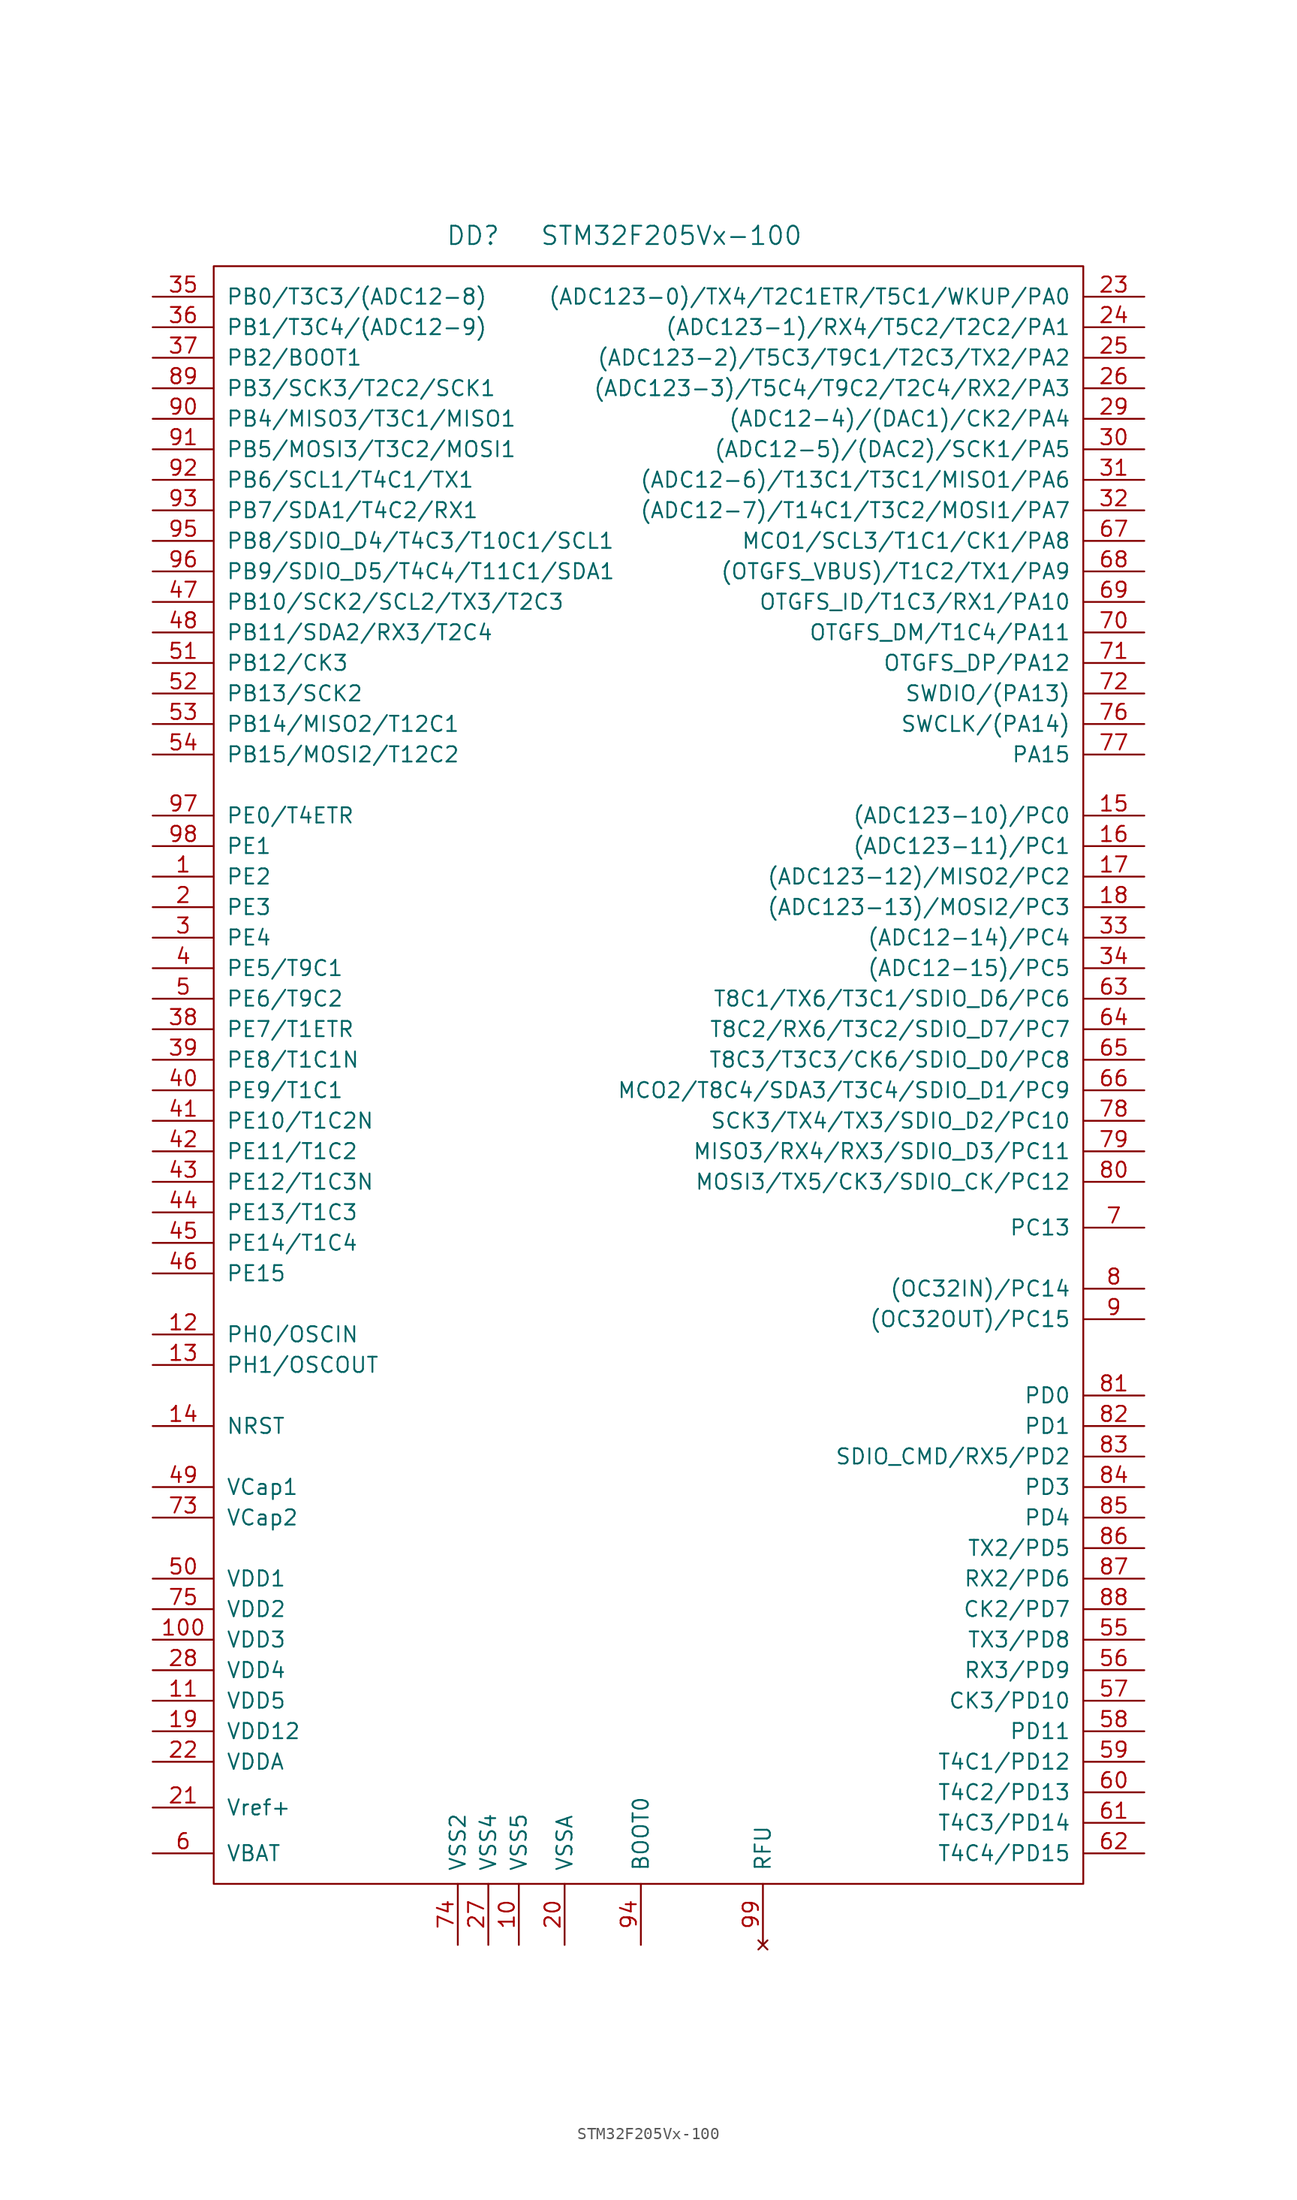
<source format=kicad_sym>
(kicad_symbol_lib
  (version 20201005)
  (generator kicad_symbol_editor)
  (symbol "st_kl:STM32F205Vx-100"
    (pin_names
      (offset 1.016))
    (property "Reference" "DD"
      (at -15.24 66.04 0)
      (effects (font (size 1.524 1.524))))
    (property "Value" "STM32F205Vx-100"
      (at 1.27 66.04 0)
      (effects (font (size 1.524 1.524))))
    (property "Footprint" ""
      (at 0 0 0)
      (effects (font (size 1.524 1.524))))
    (property "Datasheet" ""
      (at 0 0 0)
      (effects (font (size 1.524 1.524))))
    (symbol "STM32F205Vx-100_0_1"
      (rectangle (start -36.83 63.5) (end 35.56 -71.12) (stroke (width 0)) (fill (type none))))
    (symbol "STM32F205Vx-100_1_1"
      (pin passive line (at -41.91 12.7 0) (length 5.08) (name "PE2" (effects (font (size 1.27 1.27)))) (number "1" (effects (font (size 1.27 1.27)))))
      (pin power_in line (at -11.43 -76.2 90) (length 5.08) (name "VSS5" (effects (font (size 1.27 1.27)))) (number "10" (effects (font (size 1.27 1.27)))))
      (pin power_in line (at -41.91 -50.8 0) (length 5.08) (name "VDD3" (effects (font (size 1.27 1.27)))) (number "100" (effects (font (size 1.27 1.27)))))
      (pin power_in line (at -41.91 -55.88 0) (length 5.08) (name "VDD5" (effects (font (size 1.27 1.27)))) (number "11" (effects (font (size 1.27 1.27)))))
      (pin passive line (at -41.91 -25.4 0) (length 5.08) (name "PH0/OSCIN" (effects (font (size 1.27 1.27)))) (number "12" (effects (font (size 1.27 1.27)))))
      (pin passive line (at -41.91 -27.94 0) (length 5.08) (name "PH1/OSCOUT" (effects (font (size 1.27 1.27)))) (number "13" (effects (font (size 1.27 1.27)))))
      (pin passive line (at -41.91 -33.02 0) (length 5.08) (name "NRST" (effects (font (size 1.27 1.27)))) (number "14" (effects (font (size 1.27 1.27)))))
      (pin passive line (at 40.64 17.78 180) (length 5.08) (name "(ADC123-10)/PC0" (effects (font (size 1.27 1.27)))) (number "15" (effects (font (size 1.27 1.27)))))
      (pin passive line (at 40.64 15.24 180) (length 5.08) (name "(ADC123-11)/PC1" (effects (font (size 1.27 1.27)))) (number "16" (effects (font (size 1.27 1.27)))))
      (pin passive line (at 40.64 12.7 180) (length 5.08) (name "(ADC123-12)/MISO2/PC2" (effects (font (size 1.27 1.27)))) (number "17" (effects (font (size 1.27 1.27)))))
      (pin passive line (at 40.64 10.16 180) (length 5.08) (name "(ADC123-13)/MOSI2/PC3" (effects (font (size 1.27 1.27)))) (number "18" (effects (font (size 1.27 1.27)))))
      (pin power_in line (at -41.91 -58.42 0) (length 5.08) (name "VDD12" (effects (font (size 1.27 1.27)))) (number "19" (effects (font (size 1.27 1.27)))))
      (pin passive line (at -41.91 10.16 0) (length 5.08) (name "PE3" (effects (font (size 1.27 1.27)))) (number "2" (effects (font (size 1.27 1.27)))))
      (pin power_in line (at -7.62 -76.2 90) (length 5.08) (name "VSSA" (effects (font (size 1.27 1.27)))) (number "20" (effects (font (size 1.27 1.27)))))
      (pin passive line (at -41.91 -64.77 0) (length 5.08) (name "Vref+" (effects (font (size 1.27 1.27)))) (number "21" (effects (font (size 1.27 1.27)))))
      (pin power_in line (at -41.91 -60.96 0) (length 5.08) (name "VDDA" (effects (font (size 1.27 1.27)))) (number "22" (effects (font (size 1.27 1.27)))))
      (pin passive line (at 40.64 60.96 180) (length 5.08) (name "(ADC123-0)/TX4/T2C1ETR/T5C1/WKUP/PA0" (effects (font (size 1.27 1.27)))) (number "23" (effects (font (size 1.27 1.27)))))
      (pin passive line (at 40.64 58.42 180) (length 5.08) (name "(ADC123-1)/RX4/T5C2/T2C2/PA1" (effects (font (size 1.27 1.27)))) (number "24" (effects (font (size 1.27 1.27)))))
      (pin passive line (at 40.64 55.88 180) (length 5.08) (name "(ADC123-2)/T5C3/T9C1/T2C3/TX2/PA2" (effects (font (size 1.27 1.27)))) (number "25" (effects (font (size 1.27 1.27)))))
      (pin passive line (at 40.64 53.34 180) (length 5.08) (name "(ADC123-3)/T5C4/T9C2/T2C4/RX2/PA3" (effects (font (size 1.27 1.27)))) (number "26" (effects (font (size 1.27 1.27)))))
      (pin power_in line (at -13.97 -76.2 90) (length 5.08) (name "VSS4" (effects (font (size 1.27 1.27)))) (number "27" (effects (font (size 1.27 1.27)))))
      (pin power_in line (at -41.91 -53.34 0) (length 5.08) (name "VDD4" (effects (font (size 1.27 1.27)))) (number "28" (effects (font (size 1.27 1.27)))))
      (pin passive line (at 40.64 50.8 180) (length 5.08) (name "(ADC12-4)/(DAC1)/CK2/PA4" (effects (font (size 1.27 1.27)))) (number "29" (effects (font (size 1.27 1.27)))))
      (pin passive line (at -41.91 7.62 0) (length 5.08) (name "PE4" (effects (font (size 1.27 1.27)))) (number "3" (effects (font (size 1.27 1.27)))))
      (pin passive line (at 40.64 48.26 180) (length 5.08) (name "(ADC12-5)/(DAC2)/SCK1/PA5" (effects (font (size 1.27 1.27)))) (number "30" (effects (font (size 1.27 1.27)))))
      (pin passive line (at 40.64 45.72 180) (length 5.08) (name "(ADC12-6)/T13C1/T3C1/MISO1/PA6" (effects (font (size 1.27 1.27)))) (number "31" (effects (font (size 1.27 1.27)))))
      (pin passive line (at 40.64 43.18 180) (length 5.08) (name "(ADC12-7)/T14C1/T3C2/MOSI1/PA7" (effects (font (size 1.27 1.27)))) (number "32" (effects (font (size 1.27 1.27)))))
      (pin passive line (at 40.64 7.62 180) (length 5.08) (name "(ADC12-14)/PC4" (effects (font (size 1.27 1.27)))) (number "33" (effects (font (size 1.27 1.27)))))
      (pin passive line (at 40.64 5.08 180) (length 5.08) (name "(ADC12-15)/PC5" (effects (font (size 1.27 1.27)))) (number "34" (effects (font (size 1.27 1.27)))))
      (pin passive line (at -41.91 60.96 0) (length 5.08) (name "PB0/T3C3/(ADC12-8)" (effects (font (size 1.27 1.27)))) (number "35" (effects (font (size 1.27 1.27)))))
      (pin passive line (at -41.91 58.42 0) (length 5.08) (name "PB1/T3C4/(ADC12-9)" (effects (font (size 1.27 1.27)))) (number "36" (effects (font (size 1.27 1.27)))))
      (pin passive line (at -41.91 55.88 0) (length 5.08) (name "PB2/BOOT1" (effects (font (size 1.27 1.27)))) (number "37" (effects (font (size 1.27 1.27)))))
      (pin passive line (at -41.91 0 0) (length 5.08) (name "PE7/T1ETR" (effects (font (size 1.27 1.27)))) (number "38" (effects (font (size 1.27 1.27)))))
      (pin passive line (at -41.91 -2.54 0) (length 5.08) (name "PE8/T1C1N" (effects (font (size 1.27 1.27)))) (number "39" (effects (font (size 1.27 1.27)))))
      (pin passive line (at -41.91 5.08 0) (length 5.08) (name "PE5/T9C1" (effects (font (size 1.27 1.27)))) (number "4" (effects (font (size 1.27 1.27)))))
      (pin passive line (at -41.91 -5.08 0) (length 5.08) (name "PE9/T1C1" (effects (font (size 1.27 1.27)))) (number "40" (effects (font (size 1.27 1.27)))))
      (pin passive line (at -41.91 -7.62 0) (length 5.08) (name "PE10/T1C2N" (effects (font (size 1.27 1.27)))) (number "41" (effects (font (size 1.27 1.27)))))
      (pin passive line (at -41.91 -10.16 0) (length 5.08) (name "PE11/T1C2" (effects (font (size 1.27 1.27)))) (number "42" (effects (font (size 1.27 1.27)))))
      (pin passive line (at -41.91 -12.7 0) (length 5.08) (name "PE12/T1C3N" (effects (font (size 1.27 1.27)))) (number "43" (effects (font (size 1.27 1.27)))))
      (pin passive line (at -41.91 -15.24 0) (length 5.08) (name "PE13/T1C3" (effects (font (size 1.27 1.27)))) (number "44" (effects (font (size 1.27 1.27)))))
      (pin passive line (at -41.91 -17.78 0) (length 5.08) (name "PE14/T1C4" (effects (font (size 1.27 1.27)))) (number "45" (effects (font (size 1.27 1.27)))))
      (pin passive line (at -41.91 -20.32 0) (length 5.08) (name "PE15" (effects (font (size 1.27 1.27)))) (number "46" (effects (font (size 1.27 1.27)))))
      (pin passive line (at -41.91 35.56 0) (length 5.08) (name "PB10/SCK2/SCL2/TX3/T2C3" (effects (font (size 1.27 1.27)))) (number "47" (effects (font (size 1.27 1.27)))))
      (pin passive line (at -41.91 33.02 0) (length 5.08) (name "PB11/SDA2/RX3/T2C4" (effects (font (size 1.27 1.27)))) (number "48" (effects (font (size 1.27 1.27)))))
      (pin passive line (at -41.91 -38.1 0) (length 5.08) (name "VCap1" (effects (font (size 1.27 1.27)))) (number "49" (effects (font (size 1.27 1.27)))))
      (pin passive line (at -41.91 2.54 0) (length 5.08) (name "PE6/T9C2" (effects (font (size 1.27 1.27)))) (number "5" (effects (font (size 1.27 1.27)))))
      (pin power_in line (at -41.91 -45.72 0) (length 5.08) (name "VDD1" (effects (font (size 1.27 1.27)))) (number "50" (effects (font (size 1.27 1.27)))))
      (pin passive line (at -41.91 30.48 0) (length 5.08) (name "PB12/CK3" (effects (font (size 1.27 1.27)))) (number "51" (effects (font (size 1.27 1.27)))))
      (pin passive line (at -41.91 27.94 0) (length 5.08) (name "PB13/SCK2" (effects (font (size 1.27 1.27)))) (number "52" (effects (font (size 1.27 1.27)))))
      (pin passive line (at -41.91 25.4 0) (length 5.08) (name "PB14/MISO2/T12C1" (effects (font (size 1.27 1.27)))) (number "53" (effects (font (size 1.27 1.27)))))
      (pin passive line (at -41.91 22.86 0) (length 5.08) (name "PB15/MOSI2/T12C2" (effects (font (size 1.27 1.27)))) (number "54" (effects (font (size 1.27 1.27)))))
      (pin passive line (at 40.64 -50.8 180) (length 5.08) (name "TX3/PD8" (effects (font (size 1.27 1.27)))) (number "55" (effects (font (size 1.27 1.27)))))
      (pin passive line (at 40.64 -53.34 180) (length 5.08) (name "RX3/PD9" (effects (font (size 1.27 1.27)))) (number "56" (effects (font (size 1.27 1.27)))))
      (pin passive line (at 40.64 -55.88 180) (length 5.08) (name "CK3/PD10" (effects (font (size 1.27 1.27)))) (number "57" (effects (font (size 1.27 1.27)))))
      (pin passive line (at 40.64 -58.42 180) (length 5.08) (name "PD11" (effects (font (size 1.27 1.27)))) (number "58" (effects (font (size 1.27 1.27)))))
      (pin passive line (at 40.64 -60.96 180) (length 5.08) (name "T4C1/PD12" (effects (font (size 1.27 1.27)))) (number "59" (effects (font (size 1.27 1.27)))))
      (pin power_in line (at -41.91 -68.58 0) (length 5.08) (name "VBAT" (effects (font (size 1.27 1.27)))) (number "6" (effects (font (size 1.27 1.27)))))
      (pin passive line (at 40.64 -63.5 180) (length 5.08) (name "T4C2/PD13" (effects (font (size 1.27 1.27)))) (number "60" (effects (font (size 1.27 1.27)))))
      (pin passive line (at 40.64 -66.04 180) (length 5.08) (name "T4C3/PD14" (effects (font (size 1.27 1.27)))) (number "61" (effects (font (size 1.27 1.27)))))
      (pin passive line (at 40.64 -68.58 180) (length 5.08) (name "T4C4/PD15" (effects (font (size 1.27 1.27)))) (number "62" (effects (font (size 1.27 1.27)))))
      (pin passive line (at 40.64 2.54 180) (length 5.08) (name "T8C1/TX6/T3C1/SDIO_D6/PC6" (effects (font (size 1.27 1.27)))) (number "63" (effects (font (size 1.27 1.27)))))
      (pin passive line (at 40.64 0 180) (length 5.08) (name "T8C2/RX6/T3C2/SDIO_D7/PC7" (effects (font (size 1.27 1.27)))) (number "64" (effects (font (size 1.27 1.27)))))
      (pin passive line (at 40.64 -2.54 180) (length 5.08) (name "T8C3/T3C3/CK6/SDIO_D0/PC8" (effects (font (size 1.27 1.27)))) (number "65" (effects (font (size 1.27 1.27)))))
      (pin passive line (at 40.64 -5.08 180) (length 5.08) (name "MCO2/T8C4/SDA3/T3C4/SDIO_D1/PC9" (effects (font (size 1.27 1.27)))) (number "66" (effects (font (size 1.27 1.27)))))
      (pin passive line (at 40.64 40.64 180) (length 5.08) (name "MCO1/SCL3/T1C1/CK1/PA8" (effects (font (size 1.27 1.27)))) (number "67" (effects (font (size 1.27 1.27)))))
      (pin passive line (at 40.64 38.1 180) (length 5.08) (name "(OTGFS_VBUS)/T1C2/TX1/PA9" (effects (font (size 1.27 1.27)))) (number "68" (effects (font (size 1.27 1.27)))))
      (pin passive line (at 40.64 35.56 180) (length 5.08) (name "OTGFS_ID/T1C3/RX1/PA10" (effects (font (size 1.27 1.27)))) (number "69" (effects (font (size 1.27 1.27)))))
      (pin passive line (at 40.64 -16.51 180) (length 5.08) (name "PC13" (effects (font (size 1.27 1.27)))) (number "7" (effects (font (size 1.27 1.27)))))
      (pin passive line (at 40.64 33.02 180) (length 5.08) (name "OTGFS_DM/T1C4/PA11" (effects (font (size 1.27 1.27)))) (number "70" (effects (font (size 1.27 1.27)))))
      (pin passive line (at 40.64 30.48 180) (length 5.08) (name "OTGFS_DP/PA12" (effects (font (size 1.27 1.27)))) (number "71" (effects (font (size 1.27 1.27)))))
      (pin passive line (at 40.64 27.94 180) (length 5.08) (name "SWDIO/(PA13)" (effects (font (size 1.27 1.27)))) (number "72" (effects (font (size 1.27 1.27)))))
      (pin passive line (at -41.91 -40.64 0) (length 5.08) (name "VCap2" (effects (font (size 1.27 1.27)))) (number "73" (effects (font (size 1.27 1.27)))))
      (pin power_in line (at -16.51 -76.2 90) (length 5.08) (name "VSS2" (effects (font (size 1.27 1.27)))) (number "74" (effects (font (size 1.27 1.27)))))
      (pin power_in line (at -41.91 -48.26 0) (length 5.08) (name "VDD2" (effects (font (size 1.27 1.27)))) (number "75" (effects (font (size 1.27 1.27)))))
      (pin passive line (at 40.64 25.4 180) (length 5.08) (name "SWCLK/(PA14)" (effects (font (size 1.27 1.27)))) (number "76" (effects (font (size 1.27 1.27)))))
      (pin passive line (at 40.64 22.86 180) (length 5.08) (name "PA15" (effects (font (size 1.27 1.27)))) (number "77" (effects (font (size 1.27 1.27)))))
      (pin passive line (at 40.64 -7.62 180) (length 5.08) (name "SCK3/TX4/TX3/SDIO_D2/PC10" (effects (font (size 1.27 1.27)))) (number "78" (effects (font (size 1.27 1.27)))))
      (pin passive line (at 40.64 -10.16 180) (length 5.08) (name "MISO3/RX4/RX3/SDIO_D3/PC11" (effects (font (size 1.27 1.27)))) (number "79" (effects (font (size 1.27 1.27)))))
      (pin passive line (at 40.64 -21.59 180) (length 5.08) (name "(OC32IN)/PC14" (effects (font (size 1.27 1.27)))) (number "8" (effects (font (size 1.27 1.27)))))
      (pin passive line (at 40.64 -12.7 180) (length 5.08) (name "MOSI3/TX5/CK3/SDIO_CK/PC12" (effects (font (size 1.27 1.27)))) (number "80" (effects (font (size 1.27 1.27)))))
      (pin passive line (at 40.64 -30.48 180) (length 5.08) (name "PD0" (effects (font (size 1.27 1.27)))) (number "81" (effects (font (size 1.27 1.27)))))
      (pin passive line (at 40.64 -33.02 180) (length 5.08) (name "PD1" (effects (font (size 1.27 1.27)))) (number "82" (effects (font (size 1.27 1.27)))))
      (pin passive line (at 40.64 -35.56 180) (length 5.08) (name "SDIO_CMD/RX5/PD2" (effects (font (size 1.27 1.27)))) (number "83" (effects (font (size 1.27 1.27)))))
      (pin passive line (at 40.64 -38.1 180) (length 5.08) (name "PD3" (effects (font (size 1.27 1.27)))) (number "84" (effects (font (size 1.27 1.27)))))
      (pin passive line (at 40.64 -40.64 180) (length 5.08) (name "PD4" (effects (font (size 1.27 1.27)))) (number "85" (effects (font (size 1.27 1.27)))))
      (pin passive line (at 40.64 -43.18 180) (length 5.08) (name "TX2/PD5" (effects (font (size 1.27 1.27)))) (number "86" (effects (font (size 1.27 1.27)))))
      (pin passive line (at 40.64 -45.72 180) (length 5.08) (name "RX2/PD6" (effects (font (size 1.27 1.27)))) (number "87" (effects (font (size 1.27 1.27)))))
      (pin passive line (at 40.64 -48.26 180) (length 5.08) (name "CK2/PD7" (effects (font (size 1.27 1.27)))) (number "88" (effects (font (size 1.27 1.27)))))
      (pin passive line (at -41.91 53.34 0) (length 5.08) (name "PB3/SCK3/T2C2/SCK1" (effects (font (size 1.27 1.27)))) (number "89" (effects (font (size 1.27 1.27)))))
      (pin passive line (at 40.64 -24.13 180) (length 5.08) (name "(OC32OUT)/PC15" (effects (font (size 1.27 1.27)))) (number "9" (effects (font (size 1.27 1.27)))))
      (pin passive line (at -41.91 50.8 0) (length 5.08) (name "PB4/MISO3/T3C1/MISO1" (effects (font (size 1.27 1.27)))) (number "90" (effects (font (size 1.27 1.27)))))
      (pin passive line (at -41.91 48.26 0) (length 5.08) (name "PB5/MOSI3/T3C2/MOSI1" (effects (font (size 1.27 1.27)))) (number "91" (effects (font (size 1.27 1.27)))))
      (pin passive line (at -41.91 45.72 0) (length 5.08) (name "PB6/SCL1/T4C1/TX1" (effects (font (size 1.27 1.27)))) (number "92" (effects (font (size 1.27 1.27)))))
      (pin passive line (at -41.91 43.18 0) (length 5.08) (name "PB7/SDA1/T4C2/RX1" (effects (font (size 1.27 1.27)))) (number "93" (effects (font (size 1.27 1.27)))))
      (pin passive line (at -1.27 -76.2 90) (length 5.08) (name "BOOT0" (effects (font (size 1.27 1.27)))) (number "94" (effects (font (size 1.27 1.27)))))
      (pin passive line (at -41.91 40.64 0) (length 5.08) (name "PB8/SDIO_D4/T4C3/T10C1/SCL1" (effects (font (size 1.27 1.27)))) (number "95" (effects (font (size 1.27 1.27)))))
      (pin passive line (at -41.91 38.1 0) (length 5.08) (name "PB9/SDIO_D5/T4C4/T11C1/SDA1" (effects (font (size 1.27 1.27)))) (number "96" (effects (font (size 1.27 1.27)))))
      (pin passive line (at -41.91 17.78 0) (length 5.08) (name "PE0/T4ETR" (effects (font (size 1.27 1.27)))) (number "97" (effects (font (size 1.27 1.27)))))
      (pin passive line (at -41.91 15.24 0) (length 5.08) (name "PE1" (effects (font (size 1.27 1.27)))) (number "98" (effects (font (size 1.27 1.27)))))
      (pin unconnected line (at 8.89 -76.2 90) (length 5.08) (name "RFU" (effects (font (size 1.27 1.27)))) (number "99" (effects (font (size 1.27 1.27))))))))
</source>
